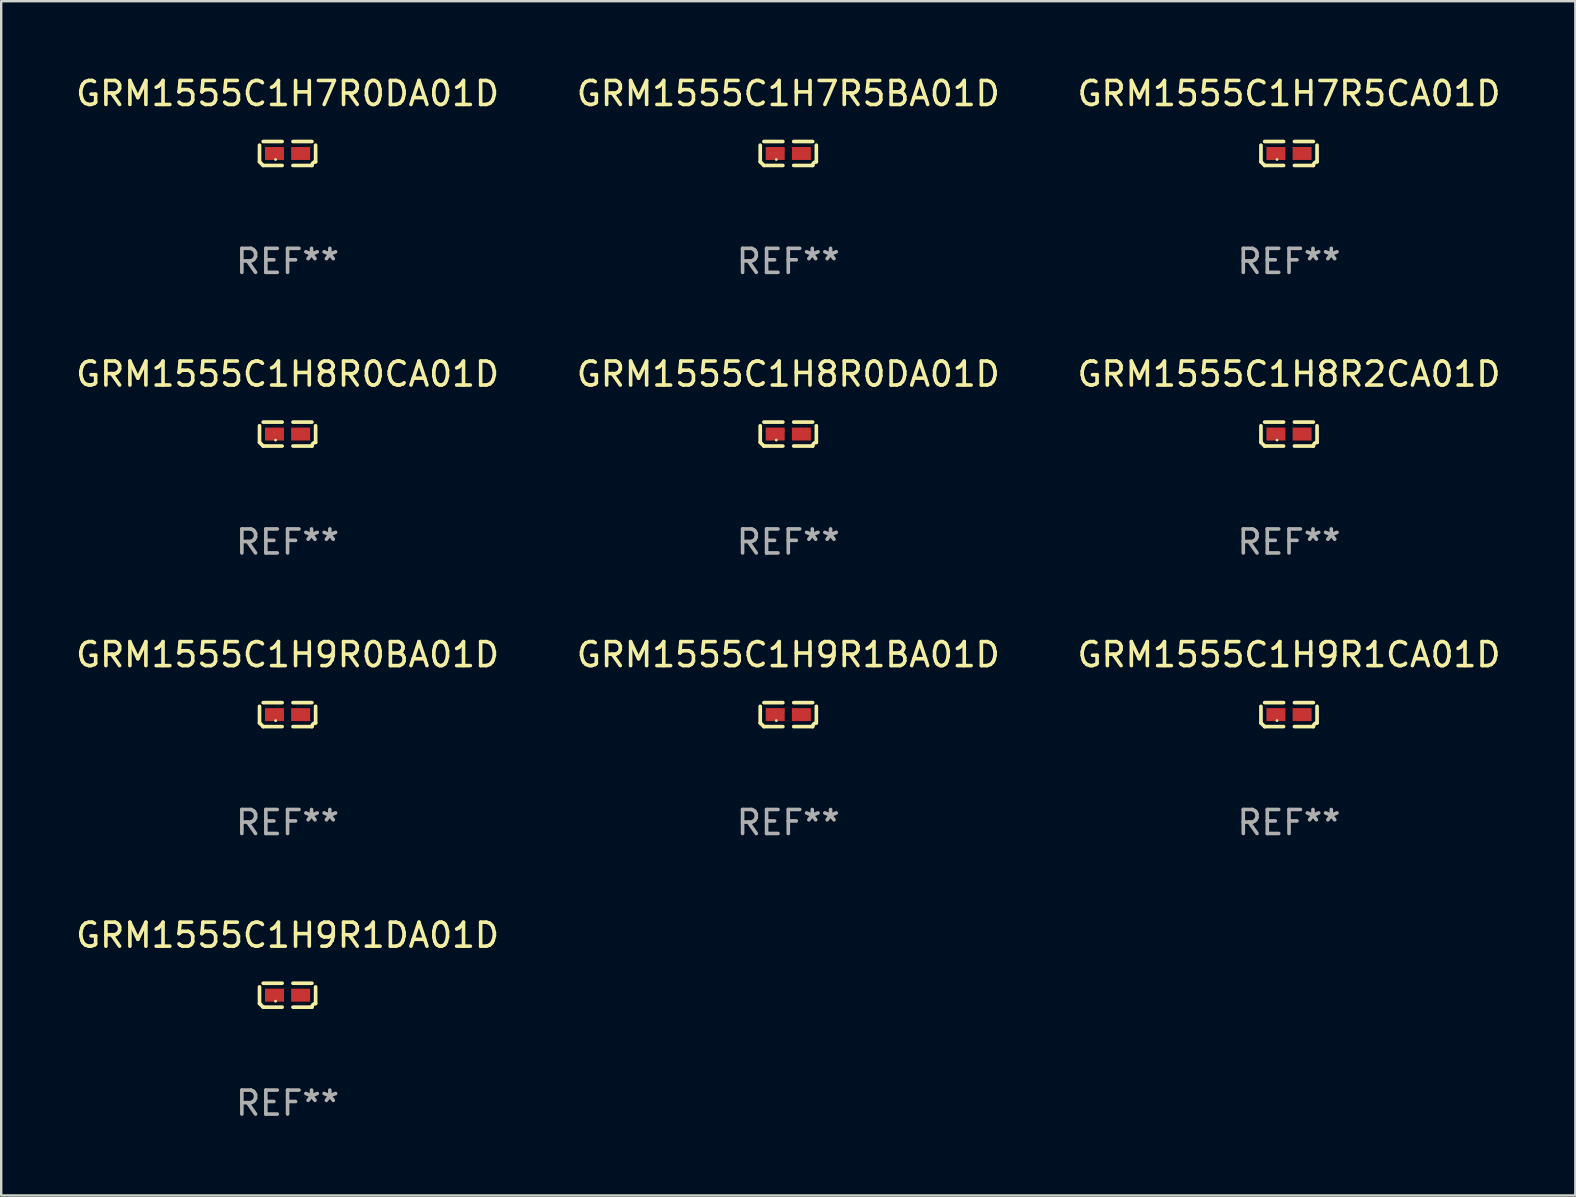
<source format=kicad_pcb>
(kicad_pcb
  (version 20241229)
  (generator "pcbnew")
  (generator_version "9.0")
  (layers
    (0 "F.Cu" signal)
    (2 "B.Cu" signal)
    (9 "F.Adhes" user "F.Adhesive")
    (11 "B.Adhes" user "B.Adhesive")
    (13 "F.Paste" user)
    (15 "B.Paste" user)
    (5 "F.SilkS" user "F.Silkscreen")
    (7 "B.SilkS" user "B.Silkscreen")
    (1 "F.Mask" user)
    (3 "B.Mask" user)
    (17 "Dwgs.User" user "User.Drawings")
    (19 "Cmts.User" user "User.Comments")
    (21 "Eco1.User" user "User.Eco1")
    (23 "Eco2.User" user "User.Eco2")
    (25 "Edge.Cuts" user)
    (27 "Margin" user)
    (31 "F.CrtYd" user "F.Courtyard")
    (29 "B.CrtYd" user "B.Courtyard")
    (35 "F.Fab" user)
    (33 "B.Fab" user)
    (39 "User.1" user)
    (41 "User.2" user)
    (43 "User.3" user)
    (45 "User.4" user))
  (footprint "GRM1555C1H9R0BA01D"
    (layer "F.Cu")
    (at 8.935 26.734)
    (property "Reference" "GRM1555C1H9R0BA01D" (at 0 -2.499 0) (layer "F.SilkS") (effects (font (size 1 1) (thickness 0.15))))
    (attr through_hole)
    (fp_line (start -1.169 0.346) (end -1.169 -0.346) (stroke (width 0.152) (type solid)) (layer "F.SilkS"))
    (fp_line (start -1.016 -0.499) (end -0.226 -0.499) (stroke (width 0.152) (type solid)) (layer "F.SilkS"))
    (fp_line (start -0.226 0.499) (end -1.016 0.499) (stroke (width 0.152) (type solid)) (layer "F.SilkS"))
    (fp_line (start 0.226 0.499) (end 1.016 0.499) (stroke (width 0.152) (type solid)) (layer "F.SilkS"))
    (fp_line (start 1.016 -0.499) (end 0.226 -0.499) (stroke (width 0.152) (type solid)) (layer "F.SilkS"))
    (fp_line (start 1.169 0.346) (end 1.169 -0.346) (stroke (width 0.152) (type solid)) (layer "F.SilkS"))
    (fp_arc (start -1.016307 0.498603) (mid -1.092512 0.422405) (end -1.16871 0.3462) (stroke (width 0.1524) (type solid)) (layer "F.SilkS"))
    (fp_arc (start 1.016307 0.498603) (mid 1.060899 0.390758) (end 1.168707 0.346076) (stroke (width 0.1524) (type solid)) (layer "F.SilkS"))
    (fp_circle (center -0.5 0.25) (end -0.47 0.25) (stroke (width 0.06) (type solid)) (fill no) (layer "F.SilkS"))
    (fp_text user "REF**" (at 0 4.499 0) (layer "F.Fab") (effects (font (size 1 1) (thickness 0.15))))
    (pad "1" smd rect (at -0.545 0) (size 0.79 0.54) (layers "F.Cu" "F.Mask" "F.Paste"))
    (pad "2" smd rect (at 0.545 0) (size 0.79 0.54) (layers "F.Cu" "F.Mask" "F.Paste")))
  (footprint "GRM1555C1H9R1CA01D"
    (layer "F.Cu")
    (at 50.673 26.734)
    (property "Reference" "GRM1555C1H9R1CA01D" (at 0 -2.499 0) (layer "F.SilkS") (effects (font (size 1 1) (thickness 0.15))))
    (attr through_hole)
    (fp_line (start -1.169 0.346) (end -1.169 -0.346) (stroke (width 0.152) (type solid)) (layer "F.SilkS"))
    (fp_line (start -1.016 -0.499) (end -0.226 -0.499) (stroke (width 0.152) (type solid)) (layer "F.SilkS"))
    (fp_line (start -0.226 0.499) (end -1.016 0.499) (stroke (width 0.152) (type solid)) (layer "F.SilkS"))
    (fp_line (start 0.226 0.499) (end 1.016 0.499) (stroke (width 0.152) (type solid)) (layer "F.SilkS"))
    (fp_line (start 1.016 -0.499) (end 0.226 -0.499) (stroke (width 0.152) (type solid)) (layer "F.SilkS"))
    (fp_line (start 1.169 0.346) (end 1.169 -0.346) (stroke (width 0.152) (type solid)) (layer "F.SilkS"))
    (fp_arc (start -1.016307 0.498603) (mid -1.092512 0.422405) (end -1.16871 0.3462) (stroke (width 0.1524) (type solid)) (layer "F.SilkS"))
    (fp_arc (start 1.016307 0.498603) (mid 1.060899 0.390758) (end 1.168707 0.346076) (stroke (width 0.1524) (type solid)) (layer "F.SilkS"))
    (fp_circle (center -0.5 0.25) (end -0.47 0.25) (stroke (width 0.06) (type solid)) (fill no) (layer "F.SilkS"))
    (fp_text user "REF**" (at 0 4.499 0) (layer "F.Fab") (effects (font (size 1 1) (thickness 0.15))))
    (pad "1" smd rect (at -0.545 0) (size 0.79 0.54) (layers "F.Cu" "F.Mask" "F.Paste"))
    (pad "2" smd rect (at 0.545 0) (size 0.79 0.54) (layers "F.Cu" "F.Mask" "F.Paste")))
  (footprint "GRM1555C1H8R0DA01D"
    (layer "F.Cu")
    (at 29.804 15.041)
    (property "Reference" "GRM1555C1H8R0DA01D" (at 0 -2.499 0) (layer "F.SilkS") (effects (font (size 1 1) (thickness 0.15))))
    (attr through_hole)
    (fp_line (start -1.169 0.346) (end -1.169 -0.346) (stroke (width 0.152) (type solid)) (layer "F.SilkS"))
    (fp_line (start -1.016 -0.499) (end -0.226 -0.499) (stroke (width 0.152) (type solid)) (layer "F.SilkS"))
    (fp_line (start -0.226 0.499) (end -1.016 0.499) (stroke (width 0.152) (type solid)) (layer "F.SilkS"))
    (fp_line (start 0.226 0.499) (end 1.016 0.499) (stroke (width 0.152) (type solid)) (layer "F.SilkS"))
    (fp_line (start 1.016 -0.499) (end 0.226 -0.499) (stroke (width 0.152) (type solid)) (layer "F.SilkS"))
    (fp_line (start 1.169 0.346) (end 1.169 -0.346) (stroke (width 0.152) (type solid)) (layer "F.SilkS"))
    (fp_arc (start -1.016307 0.498603) (mid -1.092512 0.422405) (end -1.16871 0.3462) (stroke (width 0.1524) (type solid)) (layer "F.SilkS"))
    (fp_arc (start 1.016307 0.498603) (mid 1.060899 0.390758) (end 1.168707 0.346076) (stroke (width 0.1524) (type solid)) (layer "F.SilkS"))
    (fp_circle (center -0.5 0.25) (end -0.47 0.25) (stroke (width 0.06) (type solid)) (fill no) (layer "F.SilkS"))
    (fp_text user "REF**" (at 0 4.499 0) (layer "F.Fab") (effects (font (size 1 1) (thickness 0.15))))
    (pad "1" smd rect (at -0.545 0) (size 0.79 0.54) (layers "F.Cu" "F.Mask" "F.Paste"))
    (pad "2" smd rect (at 0.545 0) (size 0.79 0.54) (layers "F.Cu" "F.Mask" "F.Paste")))
  (footprint "GRM1555C1H9R1DA01D"
    (layer "F.Cu")
    (at 8.935 38.428)
    (property "Reference" "GRM1555C1H9R1DA01D" (at 0 -2.499 0) (layer "F.SilkS") (effects (font (size 1 1) (thickness 0.15))))
    (attr through_hole)
    (fp_line (start -1.169 0.346) (end -1.169 -0.346) (stroke (width 0.152) (type solid)) (layer "F.SilkS"))
    (fp_line (start -1.016 -0.499) (end -0.226 -0.499) (stroke (width 0.152) (type solid)) (layer "F.SilkS"))
    (fp_line (start -0.226 0.499) (end -1.016 0.499) (stroke (width 0.152) (type solid)) (layer "F.SilkS"))
    (fp_line (start 0.226 0.499) (end 1.016 0.499) (stroke (width 0.152) (type solid)) (layer "F.SilkS"))
    (fp_line (start 1.016 -0.499) (end 0.226 -0.499) (stroke (width 0.152) (type solid)) (layer "F.SilkS"))
    (fp_line (start 1.169 0.346) (end 1.169 -0.346) (stroke (width 0.152) (type solid)) (layer "F.SilkS"))
    (fp_arc (start -1.016307 0.498603) (mid -1.092512 0.422405) (end -1.16871 0.3462) (stroke (width 0.1524) (type solid)) (layer "F.SilkS"))
    (fp_arc (start 1.016307 0.498603) (mid 1.060899 0.390758) (end 1.168707 0.346076) (stroke (width 0.1524) (type solid)) (layer "F.SilkS"))
    (fp_circle (center -0.5 0.25) (end -0.47 0.25) (stroke (width 0.06) (type solid)) (fill no) (layer "F.SilkS"))
    (fp_text user "REF**" (at 0 4.499 0) (layer "F.Fab") (effects (font (size 1 1) (thickness 0.15))))
    (pad "1" smd rect (at -0.545 0) (size 0.79 0.54) (layers "F.Cu" "F.Mask" "F.Paste"))
    (pad "2" smd rect (at 0.545 0) (size 0.79 0.54) (layers "F.Cu" "F.Mask" "F.Paste")))
  (footprint "GRM1555C1H9R1BA01D"
    (layer "F.Cu")
    (at 29.804 26.734)
    (property "Reference" "GRM1555C1H9R1BA01D" (at 0 -2.499 0) (layer "F.SilkS") (effects (font (size 1 1) (thickness 0.15))))
    (attr through_hole)
    (fp_line (start -1.169 0.346) (end -1.169 -0.346) (stroke (width 0.152) (type solid)) (layer "F.SilkS"))
    (fp_line (start -1.016 -0.499) (end -0.226 -0.499) (stroke (width 0.152) (type solid)) (layer "F.SilkS"))
    (fp_line (start -0.226 0.499) (end -1.016 0.499) (stroke (width 0.152) (type solid)) (layer "F.SilkS"))
    (fp_line (start 0.226 0.499) (end 1.016 0.499) (stroke (width 0.152) (type solid)) (layer "F.SilkS"))
    (fp_line (start 1.016 -0.499) (end 0.226 -0.499) (stroke (width 0.152) (type solid)) (layer "F.SilkS"))
    (fp_line (start 1.169 0.346) (end 1.169 -0.346) (stroke (width 0.152) (type solid)) (layer "F.SilkS"))
    (fp_arc (start -1.016307 0.498603) (mid -1.092512 0.422405) (end -1.16871 0.3462) (stroke (width 0.1524) (type solid)) (layer "F.SilkS"))
    (fp_arc (start 1.016307 0.498603) (mid 1.060899 0.390758) (end 1.168707 0.346076) (stroke (width 0.1524) (type solid)) (layer "F.SilkS"))
    (fp_circle (center -0.5 0.25) (end -0.47 0.25) (stroke (width 0.06) (type solid)) (fill no) (layer "F.SilkS"))
    (fp_text user "REF**" (at 0 4.499 0) (layer "F.Fab") (effects (font (size 1 1) (thickness 0.15))))
    (pad "1" smd rect (at -0.545 0) (size 0.79 0.54) (layers "F.Cu" "F.Mask" "F.Paste"))
    (pad "2" smd rect (at 0.545 0) (size 0.79 0.54) (layers "F.Cu" "F.Mask" "F.Paste")))
  (footprint "GRM1555C1H7R5BA01D"
    (layer "F.Cu")
    (at 29.804 3.347)
    (property "Reference" "GRM1555C1H7R5BA01D" (at 0 -2.499 0) (layer "F.SilkS") (effects (font (size 1 1) (thickness 0.15))))
    (attr through_hole)
    (fp_line (start -1.169 0.346) (end -1.169 -0.346) (stroke (width 0.152) (type solid)) (layer "F.SilkS"))
    (fp_line (start -1.016 -0.499) (end -0.226 -0.499) (stroke (width 0.152) (type solid)) (layer "F.SilkS"))
    (fp_line (start -0.226 0.499) (end -1.016 0.499) (stroke (width 0.152) (type solid)) (layer "F.SilkS"))
    (fp_line (start 0.226 0.499) (end 1.016 0.499) (stroke (width 0.152) (type solid)) (layer "F.SilkS"))
    (fp_line (start 1.016 -0.499) (end 0.226 -0.499) (stroke (width 0.152) (type solid)) (layer "F.SilkS"))
    (fp_line (start 1.169 0.346) (end 1.169 -0.346) (stroke (width 0.152) (type solid)) (layer "F.SilkS"))
    (fp_arc (start -1.016307 0.498603) (mid -1.092512 0.422405) (end -1.16871 0.3462) (stroke (width 0.1524) (type solid)) (layer "F.SilkS"))
    (fp_arc (start 1.016307 0.498603) (mid 1.060899 0.390758) (end 1.168707 0.346076) (stroke (width 0.1524) (type solid)) (layer "F.SilkS"))
    (fp_circle (center -0.5 0.25) (end -0.47 0.25) (stroke (width 0.06) (type solid)) (fill no) (layer "F.SilkS"))
    (fp_text user "REF**" (at 0 4.499 0) (layer "F.Fab") (effects (font (size 1 1) (thickness 0.15))))
    (pad "1" smd rect (at -0.545 0) (size 0.79 0.54) (layers "F.Cu" "F.Mask" "F.Paste"))
    (pad "2" smd rect (at 0.545 0) (size 0.79 0.54) (layers "F.Cu" "F.Mask" "F.Paste")))
  (footprint "GRM1555C1H8R0CA01D"
    (layer "F.Cu")
    (at 8.935 15.041)
    (property "Reference" "GRM1555C1H8R0CA01D" (at 0 -2.499 0) (layer "F.SilkS") (effects (font (size 1 1) (thickness 0.15))))
    (attr through_hole)
    (fp_line (start -1.169 0.346) (end -1.169 -0.346) (stroke (width 0.152) (type solid)) (layer "F.SilkS"))
    (fp_line (start -1.016 -0.499) (end -0.226 -0.499) (stroke (width 0.152) (type solid)) (layer "F.SilkS"))
    (fp_line (start -0.226 0.499) (end -1.016 0.499) (stroke (width 0.152) (type solid)) (layer "F.SilkS"))
    (fp_line (start 0.226 0.499) (end 1.016 0.499) (stroke (width 0.152) (type solid)) (layer "F.SilkS"))
    (fp_line (start 1.016 -0.499) (end 0.226 -0.499) (stroke (width 0.152) (type solid)) (layer "F.SilkS"))
    (fp_line (start 1.169 0.346) (end 1.169 -0.346) (stroke (width 0.152) (type solid)) (layer "F.SilkS"))
    (fp_arc (start -1.016307 0.498603) (mid -1.092512 0.422405) (end -1.16871 0.3462) (stroke (width 0.1524) (type solid)) (layer "F.SilkS"))
    (fp_arc (start 1.016307 0.498603) (mid 1.060899 0.390758) (end 1.168707 0.346076) (stroke (width 0.1524) (type solid)) (layer "F.SilkS"))
    (fp_circle (center -0.5 0.25) (end -0.47 0.25) (stroke (width 0.06) (type solid)) (fill no) (layer "F.SilkS"))
    (fp_text user "REF**" (at 0 4.499 0) (layer "F.Fab") (effects (font (size 1 1) (thickness 0.15))))
    (pad "1" smd rect (at -0.545 0) (size 0.79 0.54) (layers "F.Cu" "F.Mask" "F.Paste"))
    (pad "2" smd rect (at 0.545 0) (size 0.79 0.54) (layers "F.Cu" "F.Mask" "F.Paste")))
  (footprint "GRM1555C1H8R2CA01D"
    (layer "F.Cu")
    (at 50.673 15.041)
    (property "Reference" "GRM1555C1H8R2CA01D" (at 0 -2.499 0) (layer "F.SilkS") (effects (font (size 1 1) (thickness 0.15))))
    (attr through_hole)
    (fp_line (start -1.169 0.346) (end -1.169 -0.346) (stroke (width 0.152) (type solid)) (layer "F.SilkS"))
    (fp_line (start -1.016 -0.499) (end -0.226 -0.499) (stroke (width 0.152) (type solid)) (layer "F.SilkS"))
    (fp_line (start -0.226 0.499) (end -1.016 0.499) (stroke (width 0.152) (type solid)) (layer "F.SilkS"))
    (fp_line (start 0.226 0.499) (end 1.016 0.499) (stroke (width 0.152) (type solid)) (layer "F.SilkS"))
    (fp_line (start 1.016 -0.499) (end 0.226 -0.499) (stroke (width 0.152) (type solid)) (layer "F.SilkS"))
    (fp_line (start 1.169 0.346) (end 1.169 -0.346) (stroke (width 0.152) (type solid)) (layer "F.SilkS"))
    (fp_arc (start -1.016307 0.498603) (mid -1.092512 0.422405) (end -1.16871 0.3462) (stroke (width 0.1524) (type solid)) (layer "F.SilkS"))
    (fp_arc (start 1.016307 0.498603) (mid 1.060899 0.390758) (end 1.168707 0.346076) (stroke (width 0.1524) (type solid)) (layer "F.SilkS"))
    (fp_circle (center -0.5 0.25) (end -0.47 0.25) (stroke (width 0.06) (type solid)) (fill no) (layer "F.SilkS"))
    (fp_text user "REF**" (at 0 4.499 0) (layer "F.Fab") (effects (font (size 1 1) (thickness 0.15))))
    (pad "1" smd rect (at -0.545 0) (size 0.79 0.54) (layers "F.Cu" "F.Mask" "F.Paste"))
    (pad "2" smd rect (at 0.545 0) (size 0.79 0.54) (layers "F.Cu" "F.Mask" "F.Paste")))
  (footprint "GRM1555C1H7R0DA01D"
    (layer "F.Cu")
    (at 8.935 3.347)
    (property "Reference" "GRM1555C1H7R0DA01D" (at 0 -2.499 0) (layer "F.SilkS") (effects (font (size 1 1) (thickness 0.15))))
    (attr through_hole)
    (fp_line (start -1.169 0.346) (end -1.169 -0.346) (stroke (width 0.152) (type solid)) (layer "F.SilkS"))
    (fp_line (start -1.016 -0.499) (end -0.226 -0.499) (stroke (width 0.152) (type solid)) (layer "F.SilkS"))
    (fp_line (start -0.226 0.499) (end -1.016 0.499) (stroke (width 0.152) (type solid)) (layer "F.SilkS"))
    (fp_line (start 0.226 0.499) (end 1.016 0.499) (stroke (width 0.152) (type solid)) (layer "F.SilkS"))
    (fp_line (start 1.016 -0.499) (end 0.226 -0.499) (stroke (width 0.152) (type solid)) (layer "F.SilkS"))
    (fp_line (start 1.169 0.346) (end 1.169 -0.346) (stroke (width 0.152) (type solid)) (layer "F.SilkS"))
    (fp_arc (start -1.016307 0.498603) (mid -1.092512 0.422405) (end -1.16871 0.3462) (stroke (width 0.1524) (type solid)) (layer "F.SilkS"))
    (fp_arc (start 1.016307 0.498603) (mid 1.060899 0.390758) (end 1.168707 0.346076) (stroke (width 0.1524) (type solid)) (layer "F.SilkS"))
    (fp_circle (center -0.5 0.25) (end -0.47 0.25) (stroke (width 0.06) (type solid)) (fill no) (layer "F.SilkS"))
    (fp_text user "REF**" (at 0 4.499 0) (layer "F.Fab") (effects (font (size 1 1) (thickness 0.15))))
    (pad "1" smd rect (at -0.545 0) (size 0.79 0.54) (layers "F.Cu" "F.Mask" "F.Paste"))
    (pad "2" smd rect (at 0.545 0) (size 0.79 0.54) (layers "F.Cu" "F.Mask" "F.Paste")))
  (footprint "GRM1555C1H7R5CA01D"
    (layer "F.Cu")
    (at 50.673 3.347)
    (property "Reference" "GRM1555C1H7R5CA01D" (at 0 -2.499 0) (layer "F.SilkS") (effects (font (size 1 1) (thickness 0.15))))
    (attr through_hole)
    (fp_line (start -1.169 0.346) (end -1.169 -0.346) (stroke (width 0.152) (type solid)) (layer "F.SilkS"))
    (fp_line (start -1.016 -0.499) (end -0.226 -0.499) (stroke (width 0.152) (type solid)) (layer "F.SilkS"))
    (fp_line (start -0.226 0.499) (end -1.016 0.499) (stroke (width 0.152) (type solid)) (layer "F.SilkS"))
    (fp_line (start 0.226 0.499) (end 1.016 0.499) (stroke (width 0.152) (type solid)) (layer "F.SilkS"))
    (fp_line (start 1.016 -0.499) (end 0.226 -0.499) (stroke (width 0.152) (type solid)) (layer "F.SilkS"))
    (fp_line (start 1.169 0.346) (end 1.169 -0.346) (stroke (width 0.152) (type solid)) (layer "F.SilkS"))
    (fp_arc (start -1.016307 0.498603) (mid -1.092512 0.422405) (end -1.16871 0.3462) (stroke (width 0.1524) (type solid)) (layer "F.SilkS"))
    (fp_arc (start 1.016307 0.498603) (mid 1.060899 0.390758) (end 1.168707 0.346076) (stroke (width 0.1524) (type solid)) (layer "F.SilkS"))
    (fp_circle (center -0.5 0.25) (end -0.47 0.25) (stroke (width 0.06) (type solid)) (fill no) (layer "F.SilkS"))
    (fp_text user "REF**" (at 0 4.499 0) (layer "F.Fab") (effects (font (size 1 1) (thickness 0.15))))
    (pad "1" smd rect (at -0.545 0) (size 0.79 0.54) (layers "F.Cu" "F.Mask" "F.Paste"))
    (pad "2" smd rect (at 0.545 0) (size 0.79 0.54) (layers "F.Cu" "F.Mask" "F.Paste")))
  (gr_rect
    (start -3 -3)
    (end 62.607 46.775)
    (stroke (width 0.1) (type default))
    (fill no)
    (layer "Edge.Cuts")))
</source>
